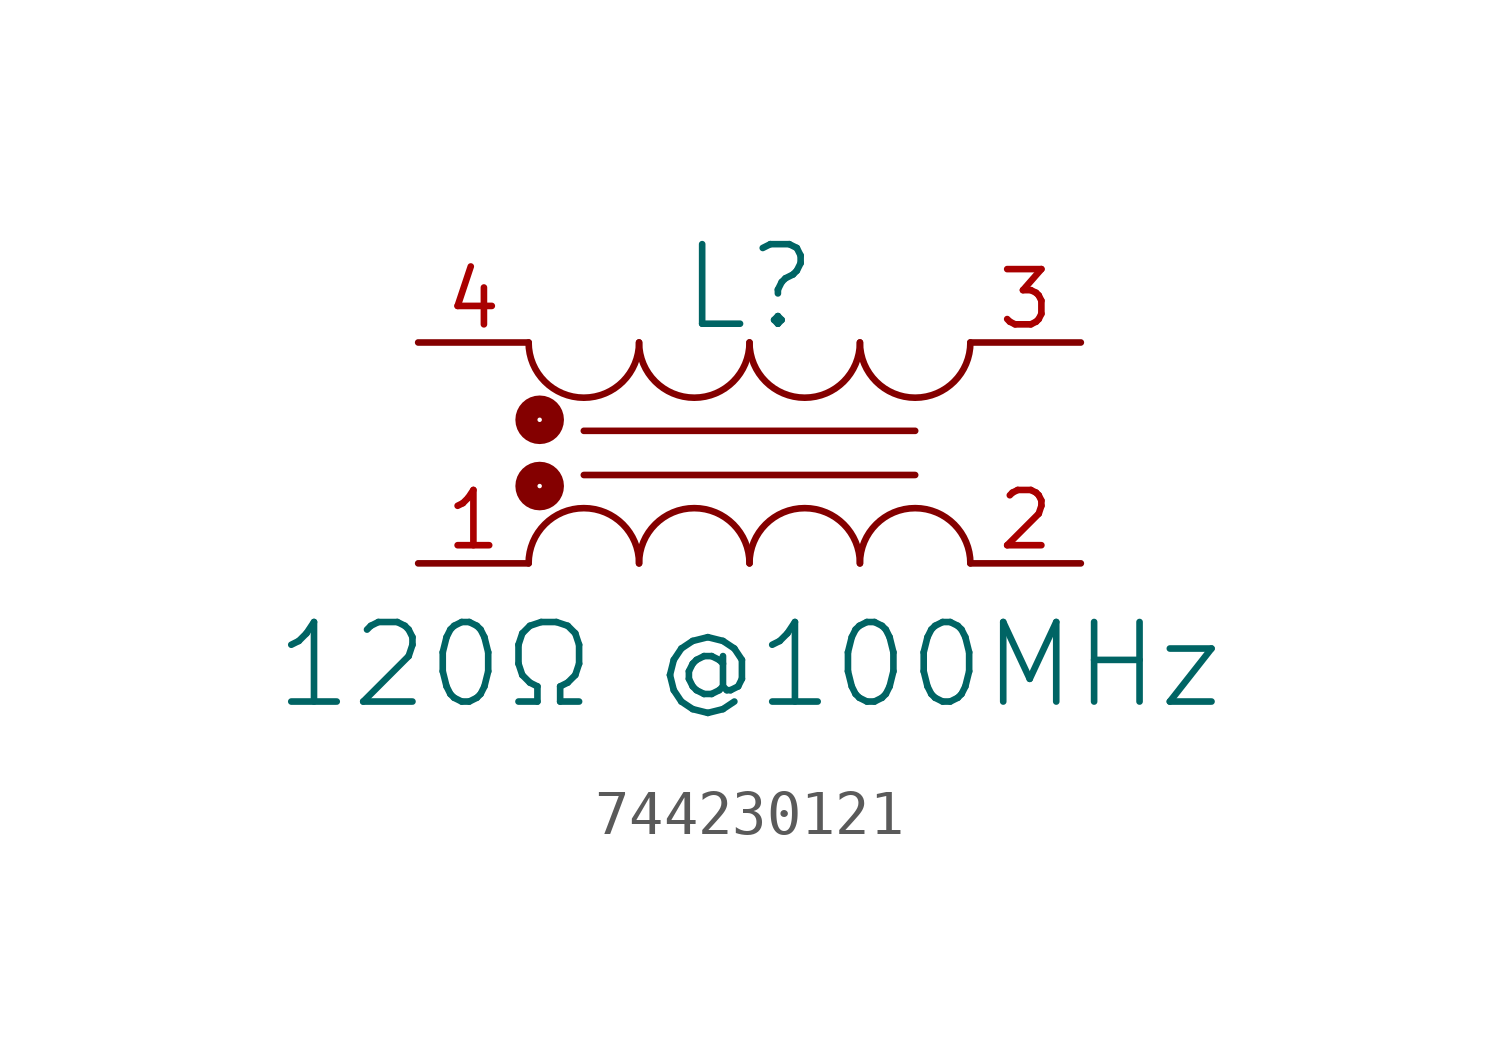
<source format=kicad_sym>
(kicad_symbol_lib
  (version 20241209)
  (generator "kicad_symbol_editor")
  (generator_version "9.0")
  (symbol "744230121"
    (pin_names
      (hide yes))
    (property "Reference" "L"
      (at 7.62 1.27 0)
      (effects (font (size 1.829 1.829))))
    (property "Value" "120Ω @100MHz"
      (at 7.62 -6.35 0)
      (effects (font (size 1.829 1.829)) (justify top)))
    (symbol "744230121_1_0"
      (circle (center 2.794 -1.778) (radius 0.051) (stroke (width 0.508) (type solid)) (fill (type none)))
      (circle (center 2.794 -3.302) (radius 0.051) (stroke (width 0.508) (type solid)) (fill (type none)))
      (arc (start 5.08 0) (mid 3.81 -1.27) (end 2.54 0) (stroke (width 0) (type solid)) (fill (type none)))
      (polyline (pts (xy 3.81 -2.032) (xy 11.43 -2.032)) (stroke (width 0) (type solid)) (fill (type none)))
      (polyline (pts (xy 3.81 -3.048) (xy 11.43 -3.048)) (stroke (width 0) (type solid)) (fill (type none)))
      (arc (start 2.54 -5.08) (mid 3.81 -3.81) (end 5.08 -5.08) (stroke (width 0) (type solid)) (fill (type none)))
      (arc (start 7.62 0) (mid 6.35 -1.27) (end 5.08 0) (stroke (width 0) (type solid)) (fill (type none)))
      (arc (start 5.08 -5.08) (mid 6.35 -3.81) (end 7.62 -5.08) (stroke (width 0) (type solid)) (fill (type none)))
      (arc (start 10.16 0) (mid 8.89 -1.27) (end 7.62 0) (stroke (width 0) (type solid)) (fill (type none)))
      (arc (start 7.62 -5.08) (mid 8.89 -3.81) (end 10.16 -5.08) (stroke (width 0) (type solid)) (fill (type none)))
      (arc (start 12.7 0) (mid 11.43 -1.27) (end 10.16 0) (stroke (width 0) (type solid)) (fill (type none)))
      (arc (start 10.16 -5.08) (mid 11.43 -3.81) (end 12.7 -5.08) (stroke (width 0) (type solid)) (fill (type none)))
      (pin passive line (at 0 0 0) (length 2.54) (name "4" (effects (font (size 1.27 1.27)))) (number "4" (effects (font (size 1.27 1.27)))))
      (pin passive line (at 0 -5.08 0) (length 2.54) (name "1" (effects (font (size 1.27 1.27)))) (number "1" (effects (font (size 1.27 1.27)))))
      (pin passive line (at 15.24 0 180) (length 2.54) (name "3" (effects (font (size 1.27 1.27)))) (number "3" (effects (font (size 1.27 1.27)))))
      (pin passive line (at 15.24 -5.08 180) (length 2.54) (name "2" (effects (font (size 1.27 1.27)))) (number "2" (effects (font (size 1.27 1.27))))))))
</source>
